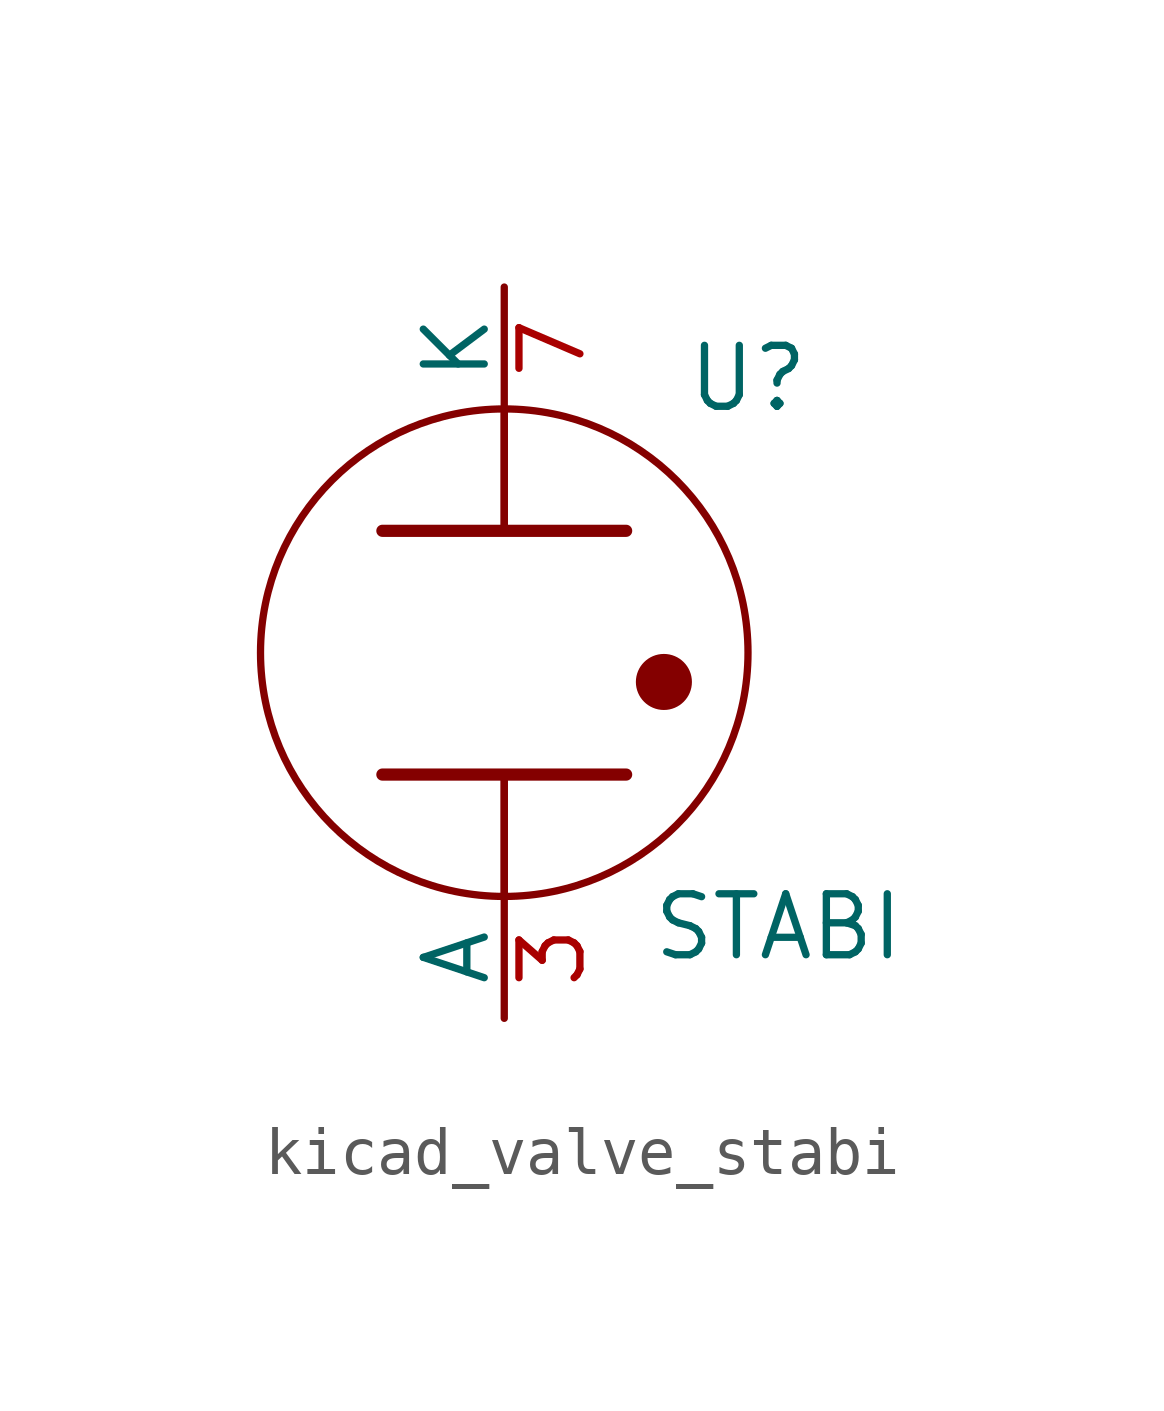
<source format=kicad_sym>
(kicad_symbol_lib
  (version 20220914)
  (generator kicad_symbol_editor)
  (symbol "kicad_valve_stabi"
    (pin_names
      (offset 0))
    (property "Reference" "U"
      (at 5.08 5.715 0)
      (effects (font (size 1.27 1.27))))
    (property "Value" "STABI"
      (at 5.715 -5.715 0)
      (effects (font (size 1.27 1.27))))
    (symbol "kicad_valve_stabi_1_0"
      (polyline (pts (xy 0 -2.54) (xy 0 -5.08)) (stroke (width 0) (type default)) (fill (type none)))
      (polyline (pts (xy 0 5.08) (xy 0 2.54)) (stroke (width 0) (type default)) (fill (type none))))
    (symbol "kicad_valve_stabi_1_1"
      (polyline (pts (xy 0 -2.54) (xy 0 -5.08)) (stroke (width 0.152) (type default)) (fill (type none)))
      (polyline (pts (xy 0 5.08) (xy 0 2.54)) (stroke (width 0.152) (type default)) (fill (type none)))
      (polyline (pts (xy -2.54 -2.54) (xy 2.54 -2.54) (xy 2.54 -2.54)) (stroke (width 0.254) (type default)) (fill (type none)))
      (polyline (pts (xy -2.54 2.54) (xy 2.54 2.54) (xy 2.54 2.54) (xy 2.54 2.54)) (stroke (width 0.254) (type default)) (fill (type none)))
      (circle (center 0 0) (radius 5.08) (stroke (width 0.152) (type default)) (fill (type none)))
      (circle (center 3.327 -0.61) (radius 0.508) (stroke (width 0) (type default)) (fill (type outline)))
      (pin passive line (at 0 -7.62 90) (length 2.54) (name "A" (effects (font (size 1.27 1.27)))) (number "3" (effects (font (size 1.27 1.27)))))
      (pin passive line (at 0 7.62 270) (length 2.54) (name "K" (effects (font (size 1.27 1.27)))) (number "7" (effects (font (size 1.27 1.27))))))))
</source>
